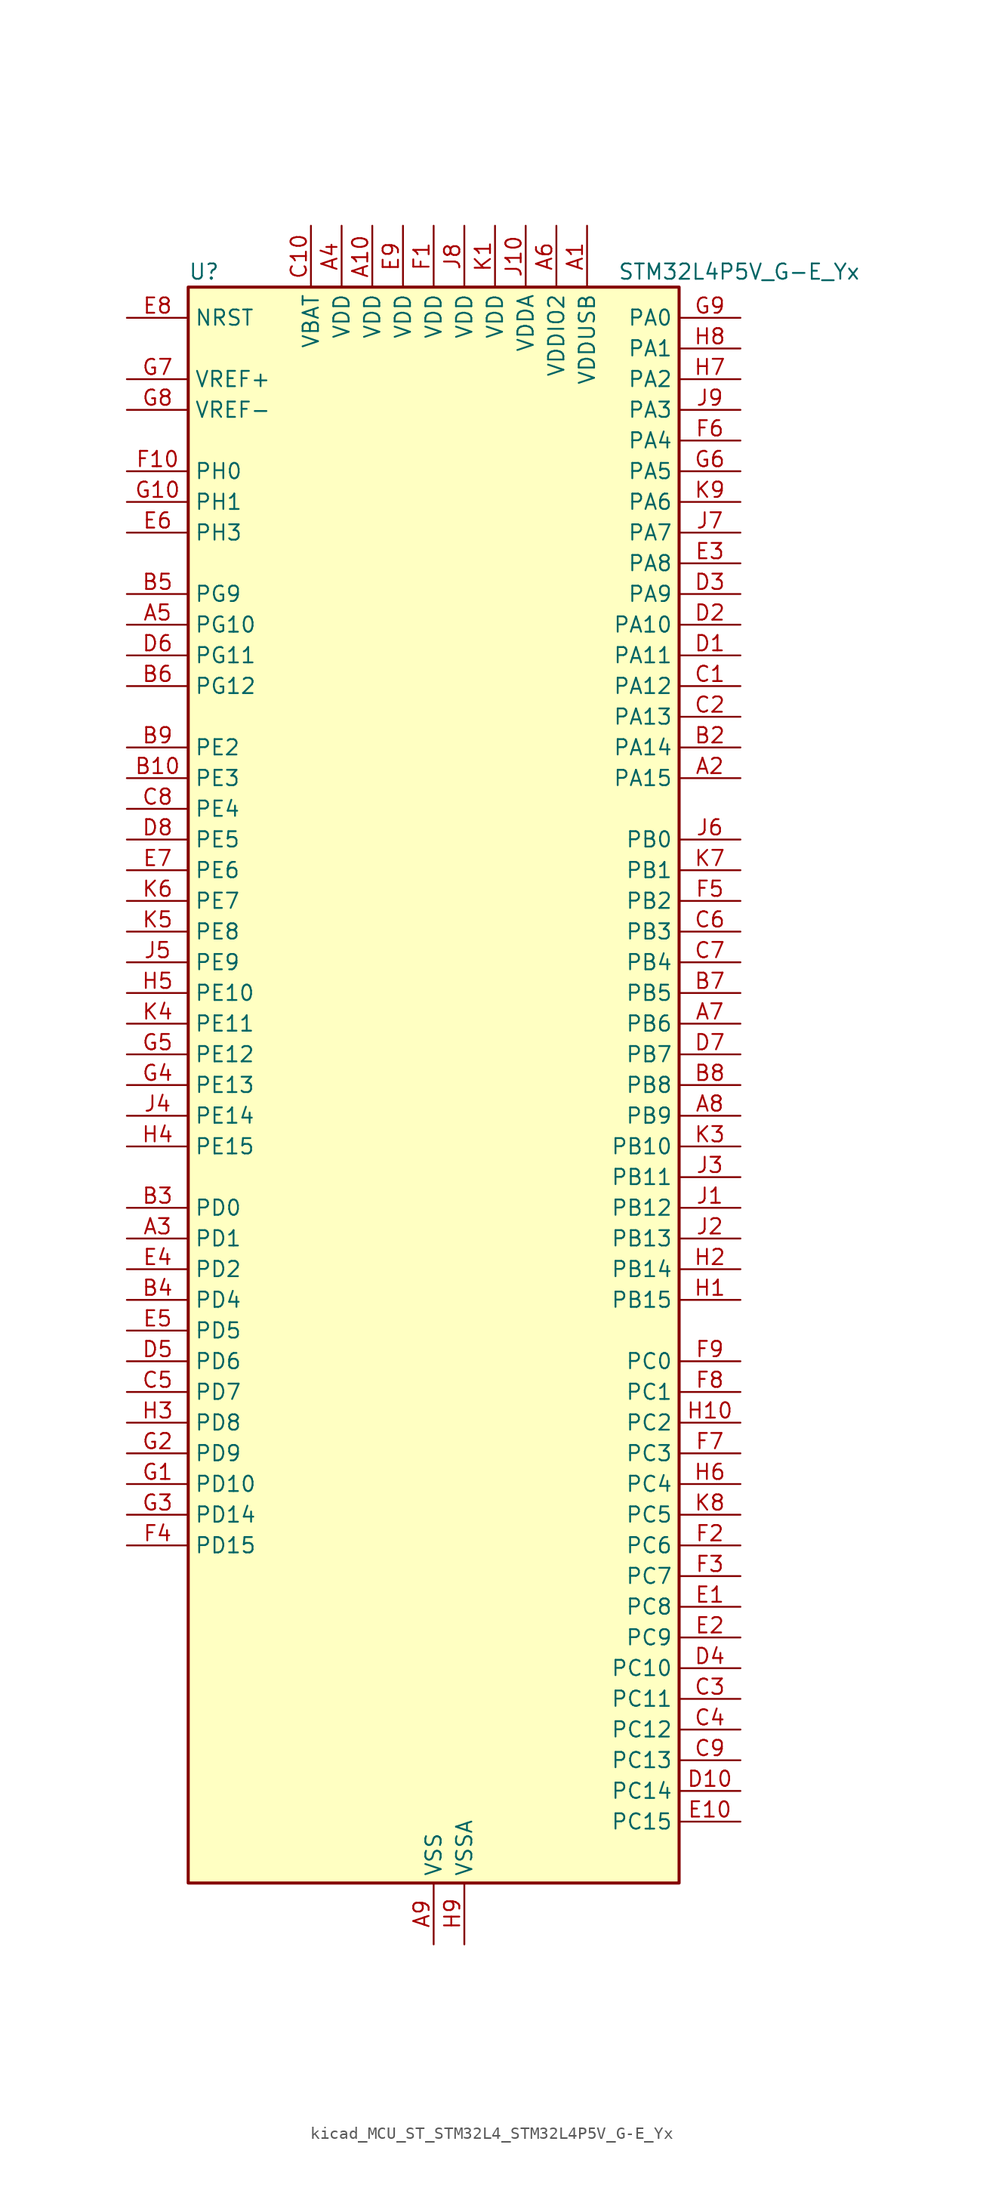
<source format=kicad_sym>
(kicad_symbol_lib
  (version 20220914)
  (generator kicad_symbol_editor)
  (symbol "kicad_MCU_ST_STM32L4_STM32L4P5V_G-E_Yx"
    (property "Reference" "U"
      (at -20.32 67.31 0)
      (effects (font (size 1.27 1.27)) (justify left)))
    (property "Value" "STM32L4P5V_G-E_Yx"
      (at 15.24 67.31 0)
      (effects (font (size 1.27 1.27)) (justify left)))
    (property "ki_locked" ""
      (at 0 0 0)
      (effects (font (size 1.27 1.27))))
    (symbol "kicad_MCU_ST_STM32L4_STM32L4P5V_G-E_Yx_0_1"
      (rectangle (start -20.32 -66.04) (end 20.32 66.04) (stroke (width 0.254) (type default)) (fill (type background))))
    (symbol "kicad_MCU_ST_STM32L4_STM32L4P5V_G-E_Yx_1_1"
      (pin power_in line (at 12.7 71.12 270) (length 5.08) (name "VDDUSB" (effects (font (size 1.27 1.27)))) (number "A1" (effects (font (size 1.27 1.27)))))
      (pin power_in line (at -5.08 71.12 270) (length 5.08) (name "VDD" (effects (font (size 1.27 1.27)))) (number "A10" (effects (font (size 1.27 1.27)))))
      (pin bidirectional line (at 25.4 25.4 180) (length 5.08) (name "PA15" (effects (font (size 1.27 1.27)))) (number "A2" (effects (font (size 1.27 1.27)))) (alternate "ADC1_EXTI15" bidirectional line) (alternate "ADC2_EXTI15" bidirectional line) (alternate "LTDC_HSYNC" bidirectional line) (alternate "SAI2_FS_B" bidirectional line) (alternate "SPI1_NSS" bidirectional line) (alternate "SPI3_NSS" bidirectional line) (alternate "SYS_JTDI" bidirectional line) (alternate "TIM2_CH1" bidirectional line) (alternate "TIM2_ETR" bidirectional line) (alternate "TSC_G3_IO1" bidirectional line) (alternate "UART4_DE" bidirectional line) (alternate "UART4_RTS" bidirectional line) (alternate "USART2_RX" bidirectional line) (alternate "USART3_DE" bidirectional line) (alternate "USART3_RTS" bidirectional line))
      (pin bidirectional line (at -25.4 -12.7 0) (length 5.08) (name "PD1" (effects (font (size 1.27 1.27)))) (number "A3" (effects (font (size 1.27 1.27)))) (alternate "CAN1_TX" bidirectional line) (alternate "FMC_D3" bidirectional line) (alternate "FMC_DA3" bidirectional line) (alternate "LTDC_B5" bidirectional line) (alternate "SPI2_SCK" bidirectional line))
      (pin power_in line (at -7.62 71.12 270) (length 5.08) (name "VDD" (effects (font (size 1.27 1.27)))) (number "A4" (effects (font (size 1.27 1.27)))))
      (pin bidirectional line (at -25.4 38.1 0) (length 5.08) (name "PG10" (effects (font (size 1.27 1.27)))) (number "A5" (effects (font (size 1.27 1.27)))) (alternate "FMC_NE3" bidirectional line) (alternate "LPTIM1_IN1" bidirectional line) (alternate "OCTOSPIM_P2_IO7" bidirectional line) (alternate "SAI2_FS_A" bidirectional line) (alternate "SDMMC2_D1" bidirectional line) (alternate "SPI3_MISO" bidirectional line) (alternate "TIM15_CH1" bidirectional line) (alternate "USART1_RX" bidirectional line))
      (pin power_in line (at 10.16 71.12 270) (length 5.08) (name "VDDIO2" (effects (font (size 1.27 1.27)))) (number "A6" (effects (font (size 1.27 1.27)))))
      (pin bidirectional line (at 25.4 5.08 180) (length 5.08) (name "PB6" (effects (font (size 1.27 1.27)))) (number "A7" (effects (font (size 1.27 1.27)))) (alternate "COMP2_INP" bidirectional line) (alternate "DCMI_D5" bidirectional line) (alternate "I2C1_SCL" bidirectional line) (alternate "I2C4_SCL" bidirectional line) (alternate "LPTIM1_ETR" bidirectional line) (alternate "LTDC_R6" bidirectional line) (alternate "PSSI_D5" bidirectional line) (alternate "SAI1_FS_B" bidirectional line) (alternate "TIM16_CH1N" bidirectional line) (alternate "TIM4_CH1" bidirectional line) (alternate "TIM8_BKIN2" bidirectional line) (alternate "TSC_G2_IO3" bidirectional line) (alternate "USART1_TX" bidirectional line))
      (pin bidirectional line (at 25.4 -2.54 180) (length 5.08) (name "PB9" (effects (font (size 1.27 1.27)))) (number "A8" (effects (font (size 1.27 1.27)))) (alternate "CAN1_TX" bidirectional line) (alternate "DAC1_EXTI9" bidirectional line) (alternate "DCMI_D7" bidirectional line) (alternate "I2C1_SDA" bidirectional line) (alternate "IR_OUT" bidirectional line) (alternate "PSSI_D7" bidirectional line) (alternate "SAI1_D2" bidirectional line) (alternate "SAI1_FS_A" bidirectional line) (alternate "SDMMC1_CDIR" bidirectional line) (alternate "SDMMC1_D5" bidirectional line) (alternate "SDMMC2_D5" bidirectional line) (alternate "SPI2_NSS" bidirectional line) (alternate "TIM17_CH1" bidirectional line) (alternate "TIM4_CH4" bidirectional line))
      (pin power_in line (at 0 -71.12 90) (length 5.08) (name "VSS" (effects (font (size 1.27 1.27)))) (number "A9" (effects (font (size 1.27 1.27)))))
      (pin passive line (at 0 -71.12 90) (length 5.08) hide (name "VSS" (effects (font (size 1.27 1.27)))) (number "B1" (effects (font (size 1.27 1.27)))))
      (pin bidirectional line (at -25.4 25.4 0) (length 5.08) (name "PE3" (effects (font (size 1.27 1.27)))) (number "B10" (effects (font (size 1.27 1.27)))) (alternate "FMC_A19" bidirectional line) (alternate "LTDC_R6" bidirectional line) (alternate "OCTOSPIM_P1_DQS" bidirectional line) (alternate "SAI1_SD_B" bidirectional line) (alternate "SYS_TRACED0" bidirectional line) (alternate "TIM3_CH1" bidirectional line) (alternate "TSC_G7_IO2" bidirectional line))
      (pin bidirectional line (at 25.4 27.94 180) (length 5.08) (name "PA14" (effects (font (size 1.27 1.27)))) (number "B2" (effects (font (size 1.27 1.27)))) (alternate "I2C1_SMBA" bidirectional line) (alternate "I2C4_SMBA" bidirectional line) (alternate "LPTIM1_OUT" bidirectional line) (alternate "SAI1_FS_B" bidirectional line) (alternate "SYS_JTCK-SWCLK" bidirectional line) (alternate "USB_OTG_FS_SOF" bidirectional line))
      (pin bidirectional line (at -25.4 -10.16 0) (length 5.08) (name "PD0" (effects (font (size 1.27 1.27)))) (number "B3" (effects (font (size 1.27 1.27)))) (alternate "CAN1_RX" bidirectional line) (alternate "FMC_D2" bidirectional line) (alternate "FMC_DA2" bidirectional line) (alternate "LTDC_B4" bidirectional line) (alternate "SPI2_NSS" bidirectional line))
      (pin bidirectional line (at -25.4 -17.78 0) (length 5.08) (name "PD4" (effects (font (size 1.27 1.27)))) (number "B4" (effects (font (size 1.27 1.27)))) (alternate "DFSDM1_CKIN0" bidirectional line) (alternate "FMC_NOE" bidirectional line) (alternate "OCTOSPIM_P1_IO4" bidirectional line) (alternate "SDMMC2_CKIN" bidirectional line) (alternate "SPI2_MOSI" bidirectional line) (alternate "USART2_DE" bidirectional line) (alternate "USART2_RTS" bidirectional line))
      (pin bidirectional line (at -25.4 40.64 0) (length 5.08) (name "PG9" (effects (font (size 1.27 1.27)))) (number "B5" (effects (font (size 1.27 1.27)))) (alternate "DAC1_EXTI9" bidirectional line) (alternate "FMC_NCE" bidirectional line) (alternate "FMC_NE2" bidirectional line) (alternate "OCTOSPIM_P2_IO6" bidirectional line) (alternate "SAI2_SCK_A" bidirectional line) (alternate "SDMMC2_D0" bidirectional line) (alternate "SPI3_SCK" bidirectional line) (alternate "TIM15_CH1N" bidirectional line) (alternate "USART1_TX" bidirectional line))
      (pin bidirectional line (at -25.4 33.02 0) (length 5.08) (name "PG12" (effects (font (size 1.27 1.27)))) (number "B6" (effects (font (size 1.27 1.27)))) (alternate "FMC_NE4" bidirectional line) (alternate "LPTIM1_ETR" bidirectional line) (alternate "OCTOSPIM_P2_NCS" bidirectional line) (alternate "SAI2_SD_A" bidirectional line) (alternate "SDMMC2_D3" bidirectional line) (alternate "SPI3_NSS" bidirectional line) (alternate "USART1_DE" bidirectional line) (alternate "USART1_RTS" bidirectional line))
      (pin bidirectional line (at 25.4 7.62 180) (length 5.08) (name "PB5" (effects (font (size 1.27 1.27)))) (number "B7" (effects (font (size 1.27 1.27)))) (alternate "COMP2_OUT" bidirectional line) (alternate "DCMI_D10" bidirectional line) (alternate "I2C1_SMBA" bidirectional line) (alternate "LPTIM1_IN1" bidirectional line) (alternate "OCTOSPIM_P1_IO0" bidirectional line) (alternate "PSSI_D10" bidirectional line) (alternate "SAI1_SD_B" bidirectional line) (alternate "SPI1_MOSI" bidirectional line) (alternate "SPI3_MOSI" bidirectional line) (alternate "TIM16_BKIN" bidirectional line) (alternate "TIM3_CH2" bidirectional line) (alternate "TSC_G2_IO2" bidirectional line) (alternate "UART5_CTS" bidirectional line) (alternate "USART1_CK" bidirectional line))
      (pin bidirectional line (at 25.4 0 180) (length 5.08) (name "PB8" (effects (font (size 1.27 1.27)))) (number "B8" (effects (font (size 1.27 1.27)))) (alternate "CAN1_RX" bidirectional line) (alternate "DCMI_D6" bidirectional line) (alternate "DFSDM1_CKOUT" bidirectional line) (alternate "I2C1_SCL" bidirectional line) (alternate "LTDC_DE" bidirectional line) (alternate "PSSI_D6" bidirectional line) (alternate "SAI1_CK1" bidirectional line) (alternate "SAI1_MCLK_A" bidirectional line) (alternate "SDMMC1_CKIN" bidirectional line) (alternate "SDMMC1_D4" bidirectional line) (alternate "SDMMC2_D4" bidirectional line) (alternate "TIM16_CH1" bidirectional line) (alternate "TIM4_CH3" bidirectional line))
      (pin bidirectional line (at -25.4 27.94 0) (length 5.08) (name "PE2" (effects (font (size 1.27 1.27)))) (number "B9" (effects (font (size 1.27 1.27)))) (alternate "FMC_A23" bidirectional line) (alternate "LTDC_R7" bidirectional line) (alternate "SAI1_CK1" bidirectional line) (alternate "SAI1_MCLK_A" bidirectional line) (alternate "SYS_TRACECLK" bidirectional line) (alternate "TIM3_ETR" bidirectional line) (alternate "TSC_G7_IO1" bidirectional line))
      (pin bidirectional line (at 25.4 33.02 180) (length 5.08) (name "PA12" (effects (font (size 1.27 1.27)))) (number "C1" (effects (font (size 1.27 1.27)))) (alternate "CAN1_TX" bidirectional line) (alternate "LTDC_VSYNC" bidirectional line) (alternate "OCTOSPIM_P2_NCS" bidirectional line) (alternate "SPI1_MOSI" bidirectional line) (alternate "TIM1_ETR" bidirectional line) (alternate "USART1_DE" bidirectional line) (alternate "USART1_RTS" bidirectional line) (alternate "USB_OTG_FS_DP" bidirectional line))
      (pin power_in line (at -10.16 71.12 270) (length 5.08) (name "VBAT" (effects (font (size 1.27 1.27)))) (number "C10" (effects (font (size 1.27 1.27)))))
      (pin bidirectional line (at 25.4 30.48 180) (length 5.08) (name "PA13" (effects (font (size 1.27 1.27)))) (number "C2" (effects (font (size 1.27 1.27)))) (alternate "IR_OUT" bidirectional line) (alternate "SAI1_SD_B" bidirectional line) (alternate "SYS_JTMS-SWDIO" bidirectional line) (alternate "USB_OTG_FS_NOE" bidirectional line))
      (pin bidirectional line (at 25.4 -50.8 180) (length 5.08) (name "PC11" (effects (font (size 1.27 1.27)))) (number "C3" (effects (font (size 1.27 1.27)))) (alternate "ADC1_EXTI11" bidirectional line) (alternate "ADC2_EXTI11" bidirectional line) (alternate "DCMI_D2" bidirectional line) (alternate "DCMI_D4" bidirectional line) (alternate "OCTOSPIM_P1_NCS" bidirectional line) (alternate "PSSI_D2" bidirectional line) (alternate "PSSI_D4" bidirectional line) (alternate "SAI2_MCLK_B" bidirectional line) (alternate "SDMMC1_D3" bidirectional line) (alternate "SPI3_MISO" bidirectional line) (alternate "TSC_G3_IO3" bidirectional line) (alternate "UART4_RX" bidirectional line) (alternate "USART3_RX" bidirectional line))
      (pin bidirectional line (at 25.4 -53.34 180) (length 5.08) (name "PC12" (effects (font (size 1.27 1.27)))) (number "C4" (effects (font (size 1.27 1.27)))) (alternate "DCMI_D9" bidirectional line) (alternate "LTDC_R6" bidirectional line) (alternate "PSSI_D9" bidirectional line) (alternate "SAI2_SD_B" bidirectional line) (alternate "SDMMC1_CK" bidirectional line) (alternate "SPI3_MOSI" bidirectional line) (alternate "SYS_TRACED3" bidirectional line) (alternate "TSC_G3_IO4" bidirectional line) (alternate "UART5_TX" bidirectional line) (alternate "USART3_CK" bidirectional line))
      (pin bidirectional line (at -25.4 -25.4 0) (length 5.08) (name "PD7" (effects (font (size 1.27 1.27)))) (number "C5" (effects (font (size 1.27 1.27)))) (alternate "DFSDM1_CKIN1" bidirectional line) (alternate "FMC_NCE" bidirectional line) (alternate "FMC_NE1" bidirectional line) (alternate "OCTOSPIM_P1_IO7" bidirectional line) (alternate "SDMMC2_CMD" bidirectional line) (alternate "USART2_CK" bidirectional line))
      (pin bidirectional line (at 25.4 12.7 180) (length 5.08) (name "PB3" (effects (font (size 1.27 1.27)))) (number "C6" (effects (font (size 1.27 1.27)))) (alternate "COMP2_INM" bidirectional line) (alternate "CRS_SYNC" bidirectional line) (alternate "OCTOSPIM_P1_IO4" bidirectional line) (alternate "SAI1_SCK_B" bidirectional line) (alternate "SDMMC2_D2" bidirectional line) (alternate "SPI1_SCK" bidirectional line) (alternate "SPI3_SCK" bidirectional line) (alternate "SYS_JTDO-SWO" bidirectional line) (alternate "TIM2_CH2" bidirectional line) (alternate "USART1_DE" bidirectional line) (alternate "USART1_RTS" bidirectional line))
      (pin bidirectional line (at 25.4 10.16 180) (length 5.08) (name "PB4" (effects (font (size 1.27 1.27)))) (number "C7" (effects (font (size 1.27 1.27)))) (alternate "COMP2_INP" bidirectional line) (alternate "DCMI_D12" bidirectional line) (alternate "I2C3_SDA" bidirectional line) (alternate "OCTOSPIM_P1_IO5" bidirectional line) (alternate "PSSI_D12" bidirectional line) (alternate "SAI1_MCLK_B" bidirectional line) (alternate "SDMMC2_D3" bidirectional line) (alternate "SPI1_MISO" bidirectional line) (alternate "SPI3_MISO" bidirectional line) (alternate "SYS_JTRST" bidirectional line) (alternate "TIM17_BKIN" bidirectional line) (alternate "TIM3_CH1" bidirectional line) (alternate "TSC_G2_IO1" bidirectional line) (alternate "UART5_DE" bidirectional line) (alternate "UART5_RTS" bidirectional line) (alternate "USART1_CTS" bidirectional line) (alternate "USART1_NSS" bidirectional line))
      (pin bidirectional line (at -25.4 22.86 0) (length 5.08) (name "PE4" (effects (font (size 1.27 1.27)))) (number "C8" (effects (font (size 1.27 1.27)))) (alternate "DCMI_D4" bidirectional line) (alternate "DFSDM1_DATIN3" bidirectional line) (alternate "FMC_A20" bidirectional line) (alternate "LTDC_B7" bidirectional line) (alternate "PSSI_D4" bidirectional line) (alternate "SAI1_D2" bidirectional line) (alternate "SAI1_FS_A" bidirectional line) (alternate "SYS_TRACED1" bidirectional line) (alternate "TIM3_CH2" bidirectional line) (alternate "TSC_G7_IO3" bidirectional line))
      (pin bidirectional line (at 25.4 -55.88 180) (length 5.08) (name "PC13" (effects (font (size 1.27 1.27)))) (number "C9" (effects (font (size 1.27 1.27)))) (alternate "RTC_OUT1" bidirectional line) (alternate "RTC_TAMP1" bidirectional line) (alternate "RTC_TS" bidirectional line) (alternate "SYS_WKUP2" bidirectional line))
      (pin bidirectional line (at 25.4 35.56 180) (length 5.08) (name "PA11" (effects (font (size 1.27 1.27)))) (number "D1" (effects (font (size 1.27 1.27)))) (alternate "ADC1_EXTI11" bidirectional line) (alternate "ADC2_EXTI11" bidirectional line) (alternate "CAN1_RX" bidirectional line) (alternate "LTDC_DE" bidirectional line) (alternate "SPI1_MISO" bidirectional line) (alternate "TIM1_BKIN2" bidirectional line) (alternate "TIM1_CH4" bidirectional line) (alternate "USART1_CTS" bidirectional line) (alternate "USART1_NSS" bidirectional line) (alternate "USB_OTG_FS_DM" bidirectional line))
      (pin bidirectional line (at 25.4 -58.42 180) (length 5.08) (name "PC14" (effects (font (size 1.27 1.27)))) (number "D10" (effects (font (size 1.27 1.27)))) (alternate "RCC_OSC32_IN" bidirectional line))
      (pin bidirectional line (at 25.4 38.1 180) (length 5.08) (name "PA10" (effects (font (size 1.27 1.27)))) (number "D2" (effects (font (size 1.27 1.27)))) (alternate "DCMI_D1" bidirectional line) (alternate "LTDC_G6" bidirectional line) (alternate "PSSI_D1" bidirectional line) (alternate "SAI1_D1" bidirectional line) (alternate "SAI1_SD_A" bidirectional line) (alternate "TIM17_BKIN" bidirectional line) (alternate "TIM1_CH3" bidirectional line) (alternate "USART1_RX" bidirectional line) (alternate "USB_OTG_FS_ID" bidirectional line))
      (pin bidirectional line (at 25.4 40.64 180) (length 5.08) (name "PA9" (effects (font (size 1.27 1.27)))) (number "D3" (effects (font (size 1.27 1.27)))) (alternate "DAC1_EXTI9" bidirectional line) (alternate "DCMI_D0" bidirectional line) (alternate "LTDC_G7" bidirectional line) (alternate "PSSI_D0" bidirectional line) (alternate "SAI1_FS_A" bidirectional line) (alternate "SPI2_SCK" bidirectional line) (alternate "TIM15_BKIN" bidirectional line) (alternate "TIM1_CH2" bidirectional line) (alternate "USART1_TX" bidirectional line) (alternate "USB_OTG_FS_VBUS" bidirectional line))
      (pin bidirectional line (at 25.4 -48.26 180) (length 5.08) (name "PC10" (effects (font (size 1.27 1.27)))) (number "D4" (effects (font (size 1.27 1.27)))) (alternate "DCMI_D8" bidirectional line) (alternate "DCMI_VSYNC" bidirectional line) (alternate "PSSI_D8" bidirectional line) (alternate "PSSI_RDY" bidirectional line) (alternate "SAI2_SCK_B" bidirectional line) (alternate "SDMMC1_D2" bidirectional line) (alternate "SPI3_SCK" bidirectional line) (alternate "SYS_TRACED1" bidirectional line) (alternate "TSC_G3_IO2" bidirectional line) (alternate "UART4_TX" bidirectional line) (alternate "USART3_TX" bidirectional line))
      (pin bidirectional line (at -25.4 -22.86 0) (length 5.08) (name "PD6" (effects (font (size 1.27 1.27)))) (number "D5" (effects (font (size 1.27 1.27)))) (alternate "DCMI_D10" bidirectional line) (alternate "DFSDM1_DATIN1" bidirectional line) (alternate "FMC_NWAIT" bidirectional line) (alternate "LTDC_DE" bidirectional line) (alternate "OCTOSPIM_P1_IO6" bidirectional line) (alternate "PSSI_D10" bidirectional line) (alternate "SAI1_D1" bidirectional line) (alternate "SAI1_SD_A" bidirectional line) (alternate "SDMMC2_CK" bidirectional line) (alternate "SPI3_MOSI" bidirectional line) (alternate "USART2_RX" bidirectional line))
      (pin bidirectional line (at -25.4 35.56 0) (length 5.08) (name "PG11" (effects (font (size 1.27 1.27)))) (number "D6" (effects (font (size 1.27 1.27)))) (alternate "ADC1_EXTI11" bidirectional line) (alternate "ADC2_EXTI11" bidirectional line) (alternate "LPTIM1_IN2" bidirectional line) (alternate "OCTOSPIM_P1_IO5" bidirectional line) (alternate "SAI2_MCLK_A" bidirectional line) (alternate "SDMMC2_D2" bidirectional line) (alternate "SPI3_MOSI" bidirectional line) (alternate "TIM15_CH2" bidirectional line) (alternate "USART1_CTS" bidirectional line) (alternate "USART1_NSS" bidirectional line))
      (pin bidirectional line (at 25.4 2.54 180) (length 5.08) (name "PB7" (effects (font (size 1.27 1.27)))) (number "D7" (effects (font (size 1.27 1.27)))) (alternate "COMP2_INM" bidirectional line) (alternate "DCMI_VSYNC" bidirectional line) (alternate "FMC_NL" bidirectional line) (alternate "I2C1_SDA" bidirectional line) (alternate "I2C4_SDA" bidirectional line) (alternate "LPTIM1_IN2" bidirectional line) (alternate "LTDC_VSYNC" bidirectional line) (alternate "PSSI_RDY" bidirectional line) (alternate "SYS_PVD_IN" bidirectional line) (alternate "TIM17_CH1N" bidirectional line) (alternate "TIM4_CH2" bidirectional line) (alternate "TIM8_BKIN" bidirectional line) (alternate "TSC_G2_IO4" bidirectional line) (alternate "UART4_CTS" bidirectional line) (alternate "USART1_RX" bidirectional line))
      (pin bidirectional line (at -25.4 20.32 0) (length 5.08) (name "PE5" (effects (font (size 1.27 1.27)))) (number "D8" (effects (font (size 1.27 1.27)))) (alternate "DCMI_D6" bidirectional line) (alternate "DFSDM1_CKIN3" bidirectional line) (alternate "FMC_A21" bidirectional line) (alternate "LTDC_G7" bidirectional line) (alternate "PSSI_D6" bidirectional line) (alternate "SAI1_CK2" bidirectional line) (alternate "SAI1_SCK_A" bidirectional line) (alternate "SYS_TRACED2" bidirectional line) (alternate "TIM3_CH3" bidirectional line) (alternate "TSC_G7_IO4" bidirectional line))
      (pin passive line (at 0 -71.12 90) (length 5.08) hide (name "VSS" (effects (font (size 1.27 1.27)))) (number "D9" (effects (font (size 1.27 1.27)))))
      (pin bidirectional line (at 25.4 -43.18 180) (length 5.08) (name "PC8" (effects (font (size 1.27 1.27)))) (number "E1" (effects (font (size 1.27 1.27)))) (alternate "DCMI_D2" bidirectional line) (alternate "PSSI_D2" bidirectional line) (alternate "SDMMC1_D0" bidirectional line) (alternate "TIM3_CH3" bidirectional line) (alternate "TIM8_CH3" bidirectional line) (alternate "TSC_G4_IO3" bidirectional line))
      (pin bidirectional line (at 25.4 -60.96 180) (length 5.08) (name "PC15" (effects (font (size 1.27 1.27)))) (number "E10" (effects (font (size 1.27 1.27)))) (alternate "ADC1_EXTI15" bidirectional line) (alternate "ADC2_EXTI15" bidirectional line) (alternate "RCC_OSC32_OUT" bidirectional line))
      (pin bidirectional line (at 25.4 -45.72 180) (length 5.08) (name "PC9" (effects (font (size 1.27 1.27)))) (number "E2" (effects (font (size 1.27 1.27)))) (alternate "DAC1_EXTI9" bidirectional line) (alternate "DCMI_D3" bidirectional line) (alternate "I2C3_SDA" bidirectional line) (alternate "PSSI_D3" bidirectional line) (alternate "SAI2_EXTCLK" bidirectional line) (alternate "SDMMC1_D1" bidirectional line) (alternate "SYS_TRACED0" bidirectional line) (alternate "TIM3_CH4" bidirectional line) (alternate "TIM8_BKIN2" bidirectional line) (alternate "TIM8_CH4" bidirectional line) (alternate "TSC_G4_IO4" bidirectional line) (alternate "USB_OTG_FS_NOE" bidirectional line))
      (pin bidirectional line (at 25.4 43.18 180) (length 5.08) (name "PA8" (effects (font (size 1.27 1.27)))) (number "E3" (effects (font (size 1.27 1.27)))) (alternate "LPTIM2_OUT" bidirectional line) (alternate "LTDC_B7" bidirectional line) (alternate "RCC_MCO" bidirectional line) (alternate "SAI1_CK2" bidirectional line) (alternate "SAI1_SCK_A" bidirectional line) (alternate "TIM1_CH1" bidirectional line) (alternate "USART1_CK" bidirectional line) (alternate "USB_OTG_FS_SOF" bidirectional line))
      (pin bidirectional line (at -25.4 -15.24 0) (length 5.08) (name "PD2" (effects (font (size 1.27 1.27)))) (number "E4" (effects (font (size 1.27 1.27)))) (alternate "DCMI_D11" bidirectional line) (alternate "PSSI_D11" bidirectional line) (alternate "SDMMC1_CMD" bidirectional line) (alternate "SYS_TRACED2" bidirectional line) (alternate "TIM3_ETR" bidirectional line) (alternate "TSC_SYNC" bidirectional line) (alternate "UART5_RX" bidirectional line) (alternate "USART3_DE" bidirectional line) (alternate "USART3_RTS" bidirectional line))
      (pin bidirectional line (at -25.4 -20.32 0) (length 5.08) (name "PD5" (effects (font (size 1.27 1.27)))) (number "E5" (effects (font (size 1.27 1.27)))) (alternate "FMC_NWE" bidirectional line) (alternate "OCTOSPIM_P1_IO5" bidirectional line) (alternate "USART2_TX" bidirectional line))
      (pin bidirectional line (at -25.4 45.72 0) (length 5.08) (name "PH3" (effects (font (size 1.27 1.27)))) (number "E6" (effects (font (size 1.27 1.27)))))
      (pin bidirectional line (at -25.4 17.78 0) (length 5.08) (name "PE6" (effects (font (size 1.27 1.27)))) (number "E7" (effects (font (size 1.27 1.27)))) (alternate "DCMI_D7" bidirectional line) (alternate "FMC_A22" bidirectional line) (alternate "LTDC_G6" bidirectional line) (alternate "PSSI_D7" bidirectional line) (alternate "RTC_TAMP3" bidirectional line) (alternate "SAI1_D1" bidirectional line) (alternate "SAI1_SD_A" bidirectional line) (alternate "SYS_TRACED3" bidirectional line) (alternate "SYS_WKUP3" bidirectional line) (alternate "TIM3_CH4" bidirectional line))
      (pin input line (at -25.4 63.5 0) (length 5.08) (name "NRST" (effects (font (size 1.27 1.27)))) (number "E8" (effects (font (size 1.27 1.27)))))
      (pin power_in line (at -2.54 71.12 270) (length 5.08) (name "VDD" (effects (font (size 1.27 1.27)))) (number "E9" (effects (font (size 1.27 1.27)))))
      (pin power_in line (at 0 71.12 270) (length 5.08) (name "VDD" (effects (font (size 1.27 1.27)))) (number "F1" (effects (font (size 1.27 1.27)))))
      (pin bidirectional line (at -25.4 50.8 0) (length 5.08) (name "PH0" (effects (font (size 1.27 1.27)))) (number "F10" (effects (font (size 1.27 1.27)))) (alternate "RCC_OSC_IN" bidirectional line))
      (pin bidirectional line (at 25.4 -38.1 180) (length 5.08) (name "PC6" (effects (font (size 1.27 1.27)))) (number "F2" (effects (font (size 1.27 1.27)))) (alternate "DCMI_D0" bidirectional line) (alternate "DFSDM1_CKIN3" bidirectional line) (alternate "LTDC_G7" bidirectional line) (alternate "PSSI_D0" bidirectional line) (alternate "SAI2_MCLK_A" bidirectional line) (alternate "SDMMC1_D0DIR" bidirectional line) (alternate "SDMMC1_D6" bidirectional line) (alternate "SDMMC2_D6" bidirectional line) (alternate "TIM3_CH1" bidirectional line) (alternate "TIM8_CH1" bidirectional line) (alternate "TSC_G4_IO1" bidirectional line))
      (pin bidirectional line (at 25.4 -40.64 180) (length 5.08) (name "PC7" (effects (font (size 1.27 1.27)))) (number "F3" (effects (font (size 1.27 1.27)))) (alternate "DCMI_D1" bidirectional line) (alternate "DFSDM1_DATIN3" bidirectional line) (alternate "LTDC_B6" bidirectional line) (alternate "PSSI_D1" bidirectional line) (alternate "SAI2_MCLK_B" bidirectional line) (alternate "SDMMC1_D123DIR" bidirectional line) (alternate "SDMMC1_D7" bidirectional line) (alternate "SDMMC2_D7" bidirectional line) (alternate "TIM3_CH2" bidirectional line) (alternate "TIM8_CH2" bidirectional line) (alternate "TSC_G4_IO2" bidirectional line))
      (pin bidirectional line (at -25.4 -38.1 0) (length 5.08) (name "PD15" (effects (font (size 1.27 1.27)))) (number "F4" (effects (font (size 1.27 1.27)))) (alternate "ADC1_EXTI15" bidirectional line) (alternate "ADC2_EXTI15" bidirectional line) (alternate "FMC_D1" bidirectional line) (alternate "FMC_DA1" bidirectional line) (alternate "LTDC_B3" bidirectional line) (alternate "TIM4_CH4" bidirectional line))
      (pin bidirectional line (at 25.4 15.24 180) (length 5.08) (name "PB2" (effects (font (size 1.27 1.27)))) (number "F5" (effects (font (size 1.27 1.27)))) (alternate "COMP1_INP" bidirectional line) (alternate "DFSDM1_CKIN0" bidirectional line) (alternate "I2C3_SMBA" bidirectional line) (alternate "LPTIM1_OUT" bidirectional line) (alternate "OCTOSPIM_P1_DQS" bidirectional line) (alternate "RTC_OUT2" bidirectional line))
      (pin bidirectional line (at 25.4 53.34 180) (length 5.08) (name "PA4" (effects (font (size 1.27 1.27)))) (number "F6" (effects (font (size 1.27 1.27)))) (alternate "ADC1_IN9" bidirectional line) (alternate "ADC2_IN9" bidirectional line) (alternate "DAC1_OUT1" bidirectional line) (alternate "DCMI_HSYNC" bidirectional line) (alternate "LPTIM2_OUT" bidirectional line) (alternate "LTDC_CLK" bidirectional line) (alternate "OCTOSPIM_P1_NCS" bidirectional line) (alternate "PSSI_DE" bidirectional line) (alternate "SAI1_FS_B" bidirectional line) (alternate "SPI1_NSS" bidirectional line) (alternate "SPI3_NSS" bidirectional line) (alternate "USART2_CK" bidirectional line))
      (pin bidirectional line (at 25.4 -30.48 180) (length 5.08) (name "PC3" (effects (font (size 1.27 1.27)))) (number "F7" (effects (font (size 1.27 1.27)))) (alternate "ADC1_IN4" bidirectional line) (alternate "ADC2_IN4" bidirectional line) (alternate "LPTIM1_ETR" bidirectional line) (alternate "LPTIM2_ETR" bidirectional line) (alternate "OCTOSPIM_P1_IO6" bidirectional line) (alternate "SAI1_D1" bidirectional line) (alternate "SAI1_SD_A" bidirectional line) (alternate "SPI2_MOSI" bidirectional line))
      (pin bidirectional line (at 25.4 -25.4 180) (length 5.08) (name "PC1" (effects (font (size 1.27 1.27)))) (number "F8" (effects (font (size 1.27 1.27)))) (alternate "ADC1_IN2" bidirectional line) (alternate "ADC2_IN2" bidirectional line) (alternate "I2C3_SDA" bidirectional line) (alternate "LPTIM1_OUT" bidirectional line) (alternate "LPUART1_TX" bidirectional line) (alternate "OCTOSPIM_P1_IO4" bidirectional line) (alternate "SAI1_SD_A" bidirectional line) (alternate "SPI2_MOSI" bidirectional line) (alternate "SYS_TRACED0" bidirectional line))
      (pin bidirectional line (at 25.4 -22.86 180) (length 5.08) (name "PC0" (effects (font (size 1.27 1.27)))) (number "F9" (effects (font (size 1.27 1.27)))) (alternate "ADC1_IN1" bidirectional line) (alternate "ADC2_IN1" bidirectional line) (alternate "I2C3_SCL" bidirectional line) (alternate "LPTIM1_IN1" bidirectional line) (alternate "LPTIM2_IN1" bidirectional line) (alternate "LPUART1_RX" bidirectional line) (alternate "LTDC_DE" bidirectional line) (alternate "SAI2_FS_A" bidirectional line) (alternate "SDMMC1_CMD" bidirectional line) (alternate "SDMMC2_CKIN" bidirectional line))
      (pin bidirectional line (at -25.4 -33.02 0) (length 5.08) (name "PD10" (effects (font (size 1.27 1.27)))) (number "G1" (effects (font (size 1.27 1.27)))) (alternate "FMC_D15" bidirectional line) (alternate "FMC_DA15" bidirectional line) (alternate "LTDC_R5" bidirectional line) (alternate "SAI2_SCK_A" bidirectional line) (alternate "USART3_CK" bidirectional line))
      (pin bidirectional line (at -25.4 48.26 0) (length 5.08) (name "PH1" (effects (font (size 1.27 1.27)))) (number "G10" (effects (font (size 1.27 1.27)))) (alternate "RCC_OSC_OUT" bidirectional line))
      (pin bidirectional line (at -25.4 -30.48 0) (length 5.08) (name "PD9" (effects (font (size 1.27 1.27)))) (number "G2" (effects (font (size 1.27 1.27)))) (alternate "DAC1_EXTI9" bidirectional line) (alternate "DCMI_PIXCLK" bidirectional line) (alternate "FMC_D14" bidirectional line) (alternate "FMC_DA14" bidirectional line) (alternate "LTDC_R4" bidirectional line) (alternate "PSSI_PDCK" bidirectional line) (alternate "SAI2_MCLK_A" bidirectional line) (alternate "USART3_RX" bidirectional line))
      (pin bidirectional line (at -25.4 -35.56 0) (length 5.08) (name "PD14" (effects (font (size 1.27 1.27)))) (number "G3" (effects (font (size 1.27 1.27)))) (alternate "FMC_D0" bidirectional line) (alternate "FMC_DA0" bidirectional line) (alternate "LTDC_B2" bidirectional line) (alternate "TIM4_CH3" bidirectional line))
      (pin bidirectional line (at -25.4 0 0) (length 5.08) (name "PE13" (effects (font (size 1.27 1.27)))) (number "G4" (effects (font (size 1.27 1.27)))) (alternate "FMC_D10" bidirectional line) (alternate "FMC_DA10" bidirectional line) (alternate "LTDC_G6" bidirectional line) (alternate "OCTOSPIM_P1_IO1" bidirectional line) (alternate "SPI1_SCK" bidirectional line) (alternate "TIM1_CH3" bidirectional line) (alternate "TSC_G5_IO4" bidirectional line))
      (pin bidirectional line (at -25.4 2.54 0) (length 5.08) (name "PE12" (effects (font (size 1.27 1.27)))) (number "G5" (effects (font (size 1.27 1.27)))) (alternate "FMC_D9" bidirectional line) (alternate "FMC_DA9" bidirectional line) (alternate "LTDC_G5" bidirectional line) (alternate "OCTOSPIM_P1_IO0" bidirectional line) (alternate "SPI1_NSS" bidirectional line) (alternate "TIM1_CH3N" bidirectional line) (alternate "TSC_G5_IO3" bidirectional line))
      (pin bidirectional line (at 25.4 50.8 180) (length 5.08) (name "PA5" (effects (font (size 1.27 1.27)))) (number "G6" (effects (font (size 1.27 1.27)))) (alternate "ADC1_IN10" bidirectional line) (alternate "ADC2_IN10" bidirectional line) (alternate "DAC1_OUT2" bidirectional line) (alternate "LPTIM2_ETR" bidirectional line) (alternate "LTDC_R7" bidirectional line) (alternate "PSSI_D14" bidirectional line) (alternate "SPI1_SCK" bidirectional line) (alternate "TIM2_CH1" bidirectional line) (alternate "TIM2_ETR" bidirectional line) (alternate "TIM8_CH1N" bidirectional line))
      (pin input line (at -25.4 58.42 0) (length 5.08) (name "VREF+" (effects (font (size 1.27 1.27)))) (number "G7" (effects (font (size 1.27 1.27)))) (alternate "VREFBUF_OUT" bidirectional line))
      (pin input line (at -25.4 55.88 0) (length 5.08) (name "VREF-" (effects (font (size 1.27 1.27)))) (number "G8" (effects (font (size 1.27 1.27)))))
      (pin bidirectional line (at 25.4 63.5 180) (length 5.08) (name "PA0" (effects (font (size 1.27 1.27)))) (number "G9" (effects (font (size 1.27 1.27)))) (alternate "ADC1_IN5" bidirectional line) (alternate "ADC2_IN5" bidirectional line) (alternate "OPAMP1_VINP" bidirectional line) (alternate "RTC_TAMP2" bidirectional line) (alternate "SAI1_EXTCLK" bidirectional line) (alternate "SYS_WKUP1" bidirectional line) (alternate "TIM2_CH1" bidirectional line) (alternate "TIM2_ETR" bidirectional line) (alternate "TIM5_CH1" bidirectional line) (alternate "TIM8_ETR" bidirectional line) (alternate "UART4_TX" bidirectional line) (alternate "USART2_CTS" bidirectional line) (alternate "USART2_NSS" bidirectional line))
      (pin bidirectional line (at 25.4 -17.78 180) (length 5.08) (name "PB15" (effects (font (size 1.27 1.27)))) (number "H1" (effects (font (size 1.27 1.27)))) (alternate "ADC1_EXTI15" bidirectional line) (alternate "ADC2_EXTI15" bidirectional line) (alternate "DFSDM1_CKIN2" bidirectional line) (alternate "OCTOSPIM_P1_IO7" bidirectional line) (alternate "RTC_REFIN" bidirectional line) (alternate "SAI2_SD_A" bidirectional line) (alternate "SDMMC2_D1" bidirectional line) (alternate "SPI2_MOSI" bidirectional line) (alternate "TIM15_CH2" bidirectional line) (alternate "TIM1_CH3N" bidirectional line) (alternate "TIM8_CH3N" bidirectional line) (alternate "TSC_G1_IO4" bidirectional line))
      (pin bidirectional line (at 25.4 -27.94 180) (length 5.08) (name "PC2" (effects (font (size 1.27 1.27)))) (number "H10" (effects (font (size 1.27 1.27)))) (alternate "ADC1_IN3" bidirectional line) (alternate "ADC2_IN3" bidirectional line) (alternate "DFSDM1_CKOUT" bidirectional line) (alternate "LPTIM1_IN2" bidirectional line) (alternate "LTDC_HSYNC" bidirectional line) (alternate "OCTOSPIM_P1_IO5" bidirectional line) (alternate "SPI2_MISO" bidirectional line))
      (pin bidirectional line (at 25.4 -15.24 180) (length 5.08) (name "PB14" (effects (font (size 1.27 1.27)))) (number "H2" (effects (font (size 1.27 1.27)))) (alternate "DFSDM1_DATIN2" bidirectional line) (alternate "I2C2_SDA" bidirectional line) (alternate "OCTOSPIM_P1_IO6" bidirectional line) (alternate "SAI2_MCLK_A" bidirectional line) (alternate "SDMMC2_D0" bidirectional line) (alternate "SPI2_MISO" bidirectional line) (alternate "TIM15_CH1" bidirectional line) (alternate "TIM1_CH2N" bidirectional line) (alternate "TIM8_CH2N" bidirectional line) (alternate "TSC_G1_IO3" bidirectional line) (alternate "USART3_DE" bidirectional line) (alternate "USART3_RTS" bidirectional line))
      (pin bidirectional line (at -25.4 -27.94 0) (length 5.08) (name "PD8" (effects (font (size 1.27 1.27)))) (number "H3" (effects (font (size 1.27 1.27)))) (alternate "DCMI_HSYNC" bidirectional line) (alternate "FMC_D13" bidirectional line) (alternate "FMC_DA13" bidirectional line) (alternate "LTDC_R3" bidirectional line) (alternate "PSSI_DE" bidirectional line) (alternate "USART3_TX" bidirectional line))
      (pin bidirectional line (at -25.4 -5.08 0) (length 5.08) (name "PE15" (effects (font (size 1.27 1.27)))) (number "H4" (effects (font (size 1.27 1.27)))) (alternate "ADC1_EXTI15" bidirectional line) (alternate "ADC2_EXTI15" bidirectional line) (alternate "FMC_D12" bidirectional line) (alternate "FMC_DA12" bidirectional line) (alternate "LTDC_R2" bidirectional line) (alternate "OCTOSPIM_P1_IO3" bidirectional line) (alternate "SPI1_MOSI" bidirectional line) (alternate "TIM1_BKIN" bidirectional line))
      (pin bidirectional line (at -25.4 7.62 0) (length 5.08) (name "PE10" (effects (font (size 1.27 1.27)))) (number "H5" (effects (font (size 1.27 1.27)))) (alternate "FMC_D7" bidirectional line) (alternate "FMC_DA7" bidirectional line) (alternate "LTDC_G3" bidirectional line) (alternate "OCTOSPIM_P1_CLK" bidirectional line) (alternate "SAI1_MCLK_B" bidirectional line) (alternate "TIM1_CH2N" bidirectional line) (alternate "TSC_G5_IO1" bidirectional line))
      (pin bidirectional line (at 25.4 -33.02 180) (length 5.08) (name "PC4" (effects (font (size 1.27 1.27)))) (number "H6" (effects (font (size 1.27 1.27)))) (alternate "ADC1_IN13" bidirectional line) (alternate "ADC2_IN13" bidirectional line) (alternate "COMP1_INM" bidirectional line) (alternate "OCTOSPIM_P1_IO7" bidirectional line) (alternate "OCTOSPIM_P2_NCS" bidirectional line) (alternate "USART3_TX" bidirectional line))
      (pin bidirectional line (at 25.4 58.42 180) (length 5.08) (name "PA2" (effects (font (size 1.27 1.27)))) (number "H7" (effects (font (size 1.27 1.27)))) (alternate "ADC1_IN7" bidirectional line) (alternate "ADC2_IN7" bidirectional line) (alternate "LPUART1_TX" bidirectional line) (alternate "OCTOSPIM_P1_NCS" bidirectional line) (alternate "RCC_LSCO" bidirectional line) (alternate "SAI2_EXTCLK" bidirectional line) (alternate "SYS_WKUP4" bidirectional line) (alternate "TIM15_CH1" bidirectional line) (alternate "TIM2_CH3" bidirectional line) (alternate "TIM5_CH3" bidirectional line) (alternate "USART2_TX" bidirectional line))
      (pin bidirectional line (at 25.4 60.96 180) (length 5.08) (name "PA1" (effects (font (size 1.27 1.27)))) (number "H8" (effects (font (size 1.27 1.27)))) (alternate "ADC1_IN6" bidirectional line) (alternate "ADC2_IN6" bidirectional line) (alternate "I2C1_SMBA" bidirectional line) (alternate "OCTOSPIM_P1_DQS" bidirectional line) (alternate "OPAMP1_VINM" bidirectional line) (alternate "SDMMC2_CMD" bidirectional line) (alternate "SPI1_SCK" bidirectional line) (alternate "TIM15_CH1N" bidirectional line) (alternate "TIM2_CH2" bidirectional line) (alternate "TIM5_CH2" bidirectional line) (alternate "UART4_RX" bidirectional line) (alternate "USART2_DE" bidirectional line) (alternate "USART2_RTS" bidirectional line))
      (pin power_in line (at 2.54 -71.12 90) (length 5.08) (name "VSSA" (effects (font (size 1.27 1.27)))) (number "H9" (effects (font (size 1.27 1.27)))))
      (pin bidirectional line (at 25.4 -10.16 180) (length 5.08) (name "PB12" (effects (font (size 1.27 1.27)))) (number "J1" (effects (font (size 1.27 1.27)))) (alternate "DFSDM1_DATIN1" bidirectional line) (alternate "I2C2_SMBA" bidirectional line) (alternate "LPUART1_DE" bidirectional line) (alternate "LPUART1_RTS" bidirectional line) (alternate "OCTOSPIM_P1_NCLK" bidirectional line) (alternate "SAI2_FS_A" bidirectional line) (alternate "SDMMC2_CK" bidirectional line) (alternate "SPI2_NSS" bidirectional line) (alternate "TIM15_BKIN" bidirectional line) (alternate "TIM1_BKIN" bidirectional line) (alternate "TSC_G1_IO1" bidirectional line) (alternate "USART3_CK" bidirectional line))
      (pin power_in line (at 7.62 71.12 270) (length 5.08) (name "VDDA" (effects (font (size 1.27 1.27)))) (number "J10" (effects (font (size 1.27 1.27)))))
      (pin bidirectional line (at 25.4 -12.7 180) (length 5.08) (name "PB13" (effects (font (size 1.27 1.27)))) (number "J2" (effects (font (size 1.27 1.27)))) (alternate "DFSDM1_CKIN1" bidirectional line) (alternate "I2C2_SCL" bidirectional line) (alternate "LPUART1_CTS" bidirectional line) (alternate "OCTOSPIM_P1_IO1" bidirectional line) (alternate "SAI2_SCK_A" bidirectional line) (alternate "SPI2_SCK" bidirectional line) (alternate "TIM15_CH1N" bidirectional line) (alternate "TIM1_CH1N" bidirectional line) (alternate "TSC_G1_IO2" bidirectional line) (alternate "USART3_CTS" bidirectional line) (alternate "USART3_NSS" bidirectional line))
      (pin bidirectional line (at 25.4 -7.62 180) (length 5.08) (name "PB11" (effects (font (size 1.27 1.27)))) (number "J3" (effects (font (size 1.27 1.27)))) (alternate "ADC1_EXTI11" bidirectional line) (alternate "ADC2_EXTI11" bidirectional line) (alternate "COMP2_OUT" bidirectional line) (alternate "I2C2_SDA" bidirectional line) (alternate "I2C4_SDA" bidirectional line) (alternate "LPUART1_TX" bidirectional line) (alternate "LTDC_VSYNC" bidirectional line) (alternate "OCTOSPIM_P1_NCS" bidirectional line) (alternate "TIM2_CH4" bidirectional line) (alternate "USART3_RX" bidirectional line))
      (pin bidirectional line (at -25.4 -2.54 0) (length 5.08) (name "PE14" (effects (font (size 1.27 1.27)))) (number "J4" (effects (font (size 1.27 1.27)))) (alternate "FMC_D11" bidirectional line) (alternate "FMC_DA11" bidirectional line) (alternate "LTDC_G7" bidirectional line) (alternate "OCTOSPIM_P1_IO2" bidirectional line) (alternate "SPI1_MISO" bidirectional line) (alternate "TIM1_BKIN2" bidirectional line) (alternate "TIM1_CH4" bidirectional line))
      (pin bidirectional line (at -25.4 10.16 0) (length 5.08) (name "PE9" (effects (font (size 1.27 1.27)))) (number "J5" (effects (font (size 1.27 1.27)))) (alternate "DAC1_EXTI9" bidirectional line) (alternate "DFSDM1_CKOUT" bidirectional line) (alternate "FMC_D6" bidirectional line) (alternate "FMC_DA6" bidirectional line) (alternate "LTDC_G2" bidirectional line) (alternate "OCTOSPIM_P1_NCLK" bidirectional line) (alternate "SAI1_FS_B" bidirectional line) (alternate "TIM1_CH1" bidirectional line))
      (pin bidirectional line (at 25.4 20.32 180) (length 5.08) (name "PB0" (effects (font (size 1.27 1.27)))) (number "J6" (effects (font (size 1.27 1.27)))) (alternate "ADC1_IN15" bidirectional line) (alternate "ADC2_IN15" bidirectional line) (alternate "COMP1_OUT" bidirectional line) (alternate "LTDC_B6" bidirectional line) (alternate "OCTOSPIM_P1_IO1" bidirectional line) (alternate "OPAMP2_VOUT" bidirectional line) (alternate "SAI1_EXTCLK" bidirectional line) (alternate "SPI1_NSS" bidirectional line) (alternate "TIM1_CH2N" bidirectional line) (alternate "TIM3_CH3" bidirectional line) (alternate "TIM8_CH2N" bidirectional line) (alternate "USART3_CK" bidirectional line))
      (pin bidirectional line (at 25.4 45.72 180) (length 5.08) (name "PA7" (effects (font (size 1.27 1.27)))) (number "J7" (effects (font (size 1.27 1.27)))) (alternate "ADC1_IN12" bidirectional line) (alternate "ADC2_IN12" bidirectional line) (alternate "I2C3_SCL" bidirectional line) (alternate "OCTOSPIM_P1_IO2" bidirectional line) (alternate "OPAMP2_VINM" bidirectional line) (alternate "SPI1_MOSI" bidirectional line) (alternate "TIM17_CH1" bidirectional line) (alternate "TIM1_CH1N" bidirectional line) (alternate "TIM3_CH2" bidirectional line) (alternate "TIM8_CH1N" bidirectional line))
      (pin power_in line (at 2.54 71.12 270) (length 5.08) (name "VDD" (effects (font (size 1.27 1.27)))) (number "J8" (effects (font (size 1.27 1.27)))))
      (pin bidirectional line (at 25.4 55.88 180) (length 5.08) (name "PA3" (effects (font (size 1.27 1.27)))) (number "J9" (effects (font (size 1.27 1.27)))) (alternate "ADC1_IN8" bidirectional line) (alternate "ADC2_IN8" bidirectional line) (alternate "LPUART1_RX" bidirectional line) (alternate "OCTOSPIM_P1_CLK" bidirectional line) (alternate "OPAMP1_VOUT" bidirectional line) (alternate "SAI1_CK1" bidirectional line) (alternate "SAI1_MCLK_A" bidirectional line) (alternate "TIM15_CH2" bidirectional line) (alternate "TIM2_CH4" bidirectional line) (alternate "TIM5_CH4" bidirectional line) (alternate "USART2_RX" bidirectional line))
      (pin power_in line (at 5.08 71.12 270) (length 5.08) (name "VDD" (effects (font (size 1.27 1.27)))) (number "K1" (effects (font (size 1.27 1.27)))))
      (pin passive line (at 0 -71.12 90) (length 5.08) hide (name "VSS" (effects (font (size 1.27 1.27)))) (number "K10" (effects (font (size 1.27 1.27)))))
      (pin passive line (at 0 -71.12 90) (length 5.08) hide (name "VSS" (effects (font (size 1.27 1.27)))) (number "K2" (effects (font (size 1.27 1.27)))))
      (pin bidirectional line (at 25.4 -5.08 180) (length 5.08) (name "PB10" (effects (font (size 1.27 1.27)))) (number "K3" (effects (font (size 1.27 1.27)))) (alternate "COMP1_OUT" bidirectional line) (alternate "I2C2_SCL" bidirectional line) (alternate "I2C4_SCL" bidirectional line) (alternate "LPUART1_RX" bidirectional line) (alternate "OCTOSPIM_P1_CLK" bidirectional line) (alternate "OCTOSPIM_P1_IO3" bidirectional line) (alternate "SAI1_SCK_A" bidirectional line) (alternate "SPI2_SCK" bidirectional line) (alternate "TIM2_CH3" bidirectional line) (alternate "TSC_SYNC" bidirectional line) (alternate "USART3_TX" bidirectional line))
      (pin bidirectional line (at -25.4 5.08 0) (length 5.08) (name "PE11" (effects (font (size 1.27 1.27)))) (number "K4" (effects (font (size 1.27 1.27)))) (alternate "ADC1_EXTI11" bidirectional line) (alternate "ADC2_EXTI11" bidirectional line) (alternate "FMC_D8" bidirectional line) (alternate "FMC_DA8" bidirectional line) (alternate "LTDC_G4" bidirectional line) (alternate "OCTOSPIM_P1_NCS" bidirectional line) (alternate "TIM1_CH2" bidirectional line) (alternate "TSC_G5_IO2" bidirectional line))
      (pin bidirectional line (at -25.4 12.7 0) (length 5.08) (name "PE8" (effects (font (size 1.27 1.27)))) (number "K5" (effects (font (size 1.27 1.27)))) (alternate "DFSDM1_CKIN2" bidirectional line) (alternate "FMC_D5" bidirectional line) (alternate "FMC_DA5" bidirectional line) (alternate "LTDC_B7" bidirectional line) (alternate "SAI1_SCK_B" bidirectional line) (alternate "TIM1_CH1N" bidirectional line))
      (pin bidirectional line (at -25.4 15.24 0) (length 5.08) (name "PE7" (effects (font (size 1.27 1.27)))) (number "K6" (effects (font (size 1.27 1.27)))) (alternate "DFSDM1_DATIN2" bidirectional line) (alternate "FMC_D4" bidirectional line) (alternate "FMC_DA4" bidirectional line) (alternate "LTDC_B6" bidirectional line) (alternate "SAI1_SD_B" bidirectional line) (alternate "TIM1_ETR" bidirectional line))
      (pin bidirectional line (at 25.4 17.78 180) (length 5.08) (name "PB1" (effects (font (size 1.27 1.27)))) (number "K7" (effects (font (size 1.27 1.27)))) (alternate "ADC1_IN16" bidirectional line) (alternate "ADC2_IN16" bidirectional line) (alternate "COMP1_INM" bidirectional line) (alternate "DFSDM1_DATIN0" bidirectional line) (alternate "LPTIM2_IN1" bidirectional line) (alternate "LPUART1_DE" bidirectional line) (alternate "LPUART1_RTS" bidirectional line) (alternate "LTDC_G6" bidirectional line) (alternate "OCTOSPIM_P1_IO0" bidirectional line) (alternate "TIM1_CH3N" bidirectional line) (alternate "TIM3_CH4" bidirectional line) (alternate "TIM8_CH3N" bidirectional line) (alternate "USART3_DE" bidirectional line) (alternate "USART3_RTS" bidirectional line))
      (pin bidirectional line (at 25.4 -35.56 180) (length 5.08) (name "PC5" (effects (font (size 1.27 1.27)))) (number "K8" (effects (font (size 1.27 1.27)))) (alternate "ADC1_IN14" bidirectional line) (alternate "ADC2_IN14" bidirectional line) (alternate "COMP1_INP" bidirectional line) (alternate "LTDC_CLK" bidirectional line) (alternate "PSSI_D15" bidirectional line) (alternate "SAI1_D3" bidirectional line) (alternate "SYS_WKUP5" bidirectional line) (alternate "USART3_RX" bidirectional line))
      (pin bidirectional line (at 25.4 48.26 180) (length 5.08) (name "PA6" (effects (font (size 1.27 1.27)))) (number "K9" (effects (font (size 1.27 1.27)))) (alternate "ADC1_IN11" bidirectional line) (alternate "ADC2_IN11" bidirectional line) (alternate "DCMI_PIXCLK" bidirectional line) (alternate "LPUART1_CTS" bidirectional line) (alternate "OCTOSPIM_P1_IO3" bidirectional line) (alternate "OPAMP2_VINP" bidirectional line) (alternate "PSSI_PDCK" bidirectional line) (alternate "SPI1_MISO" bidirectional line) (alternate "TIM16_CH1" bidirectional line) (alternate "TIM1_BKIN" bidirectional line) (alternate "TIM3_CH1" bidirectional line) (alternate "TIM8_BKIN" bidirectional line) (alternate "USART3_CTS" bidirectional line) (alternate "USART3_NSS" bidirectional line)))))
</source>
